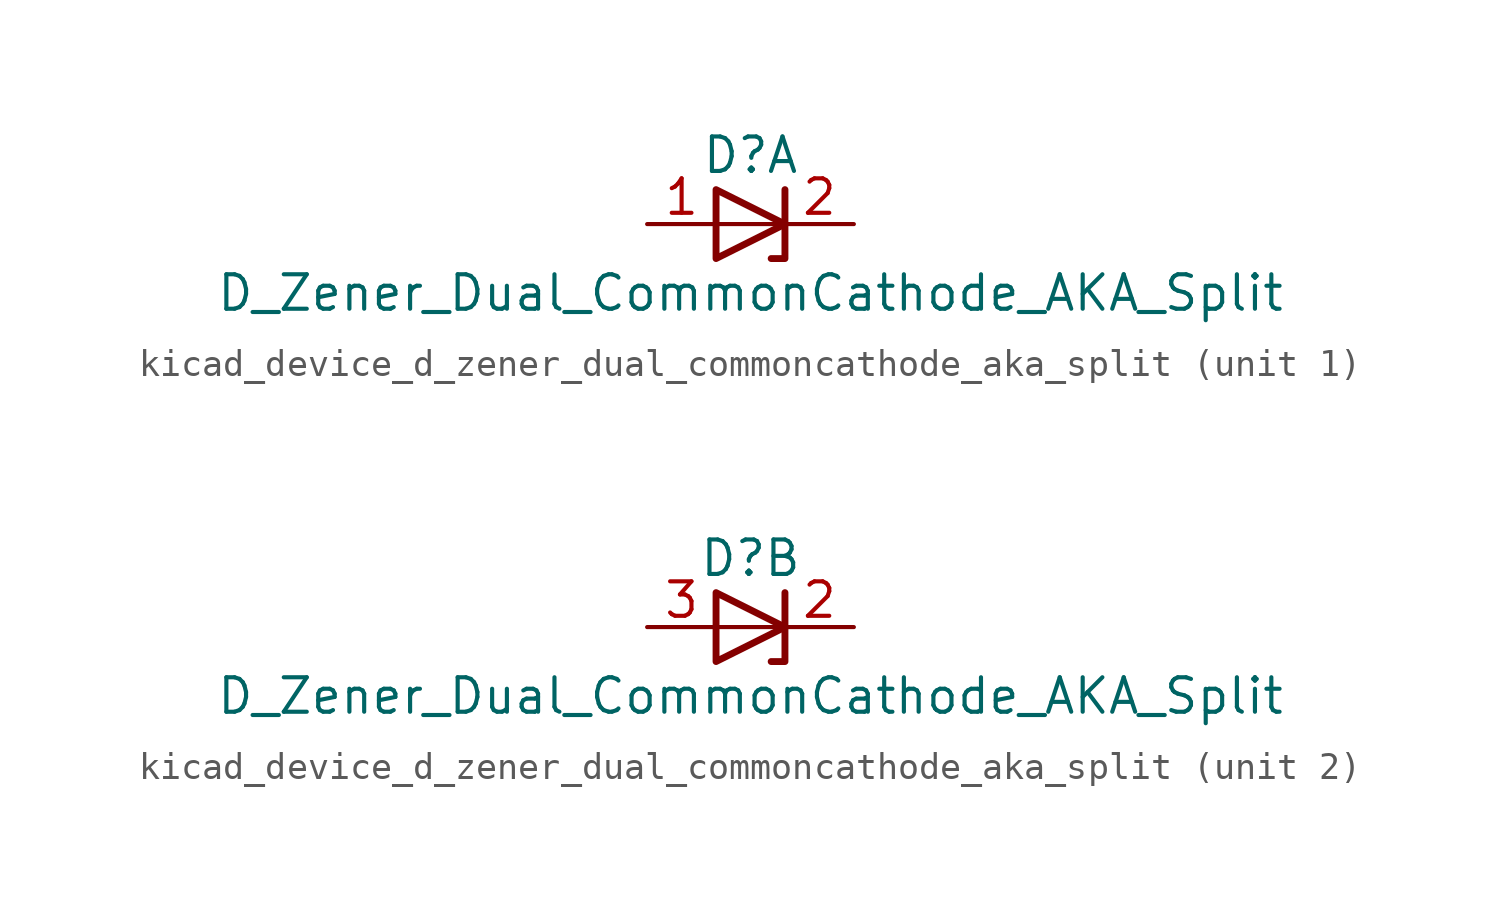
<source format=kicad_sym>
(kicad_symbol_lib
  (version 20220914)
  (generator kicad_symbol_editor)
  (symbol "kicad_device_d_zener_dual_commoncathode_aka_split"
    (pin_names
      (offset 0.762) hide)
    (property "Reference" "D"
      (at 0 2.54 0)
      (effects (font (size 1.27 1.27))))
    (property "Value" "D_Zener_Dual_CommonCathode_AKA_Split"
      (at 0 -2.54 0)
      (effects (font (size 1.27 1.27))))
    (property "ki_locked" ""
      (at 0 0 0)
      (effects (font (size 1.27 1.27))))
    (symbol "kicad_device_d_zener_dual_commoncathode_aka_split_0_0"
      (polyline (pts (xy 1.27 1.27) (xy 1.27 -1.27) (xy 0.762 -1.27)) (stroke (width 0.254) (type default)) (fill (type none))))
    (symbol "kicad_device_d_zener_dual_commoncathode_aka_split_0_1"
      (polyline (pts (xy 1.27 0) (xy -1.27 0)) (stroke (width 0) (type default)) (fill (type none)))
      (polyline (pts (xy -1.27 1.27) (xy 1.27 0) (xy -1.27 -1.27) (xy -1.27 1.27) (xy -1.27 1.27) (xy -1.27 1.27)) (stroke (width 0.254) (type default)) (fill (type none)))
      (pin passive line (at 3.81 0 180) (length 2.54) (name "K" (effects (font (size 1.27 1.27)))) (number "2" (effects (font (size 1.27 1.27))))))
    (symbol "kicad_device_d_zener_dual_commoncathode_aka_split_1_1"
      (pin passive line (at -3.81 0 0) (length 2.54) (name "A" (effects (font (size 1.27 1.27)))) (number "1" (effects (font (size 1.27 1.27))))))
    (symbol "kicad_device_d_zener_dual_commoncathode_aka_split_2_1"
      (pin passive line (at -3.81 0 0) (length 2.54) (name "K" (effects (font (size 1.27 1.27)))) (number "3" (effects (font (size 1.27 1.27))))))))
</source>
